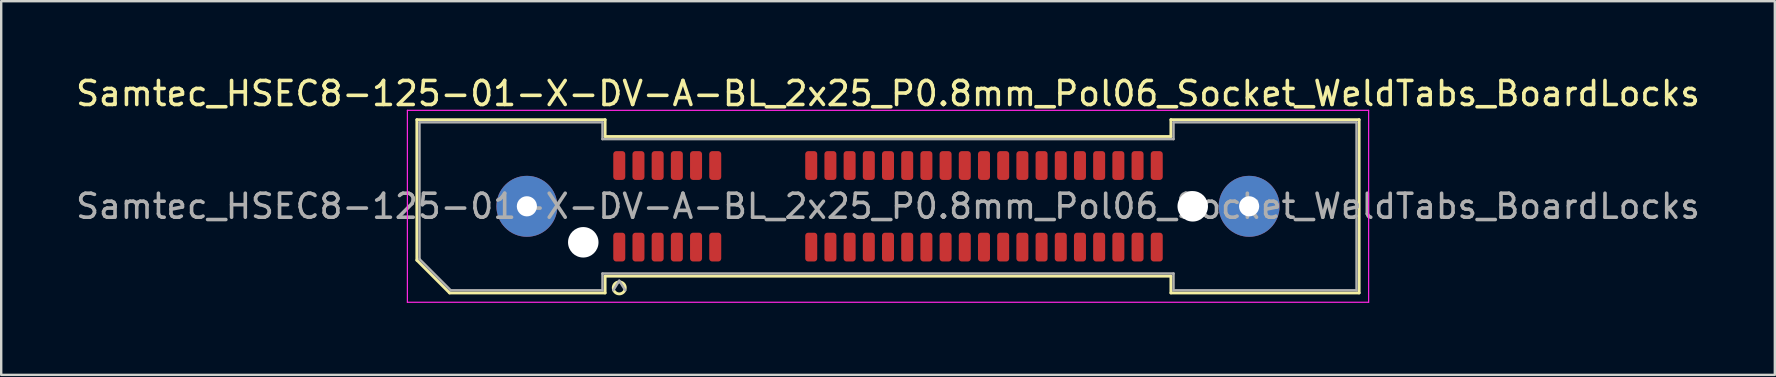
<source format=kicad_pcb>
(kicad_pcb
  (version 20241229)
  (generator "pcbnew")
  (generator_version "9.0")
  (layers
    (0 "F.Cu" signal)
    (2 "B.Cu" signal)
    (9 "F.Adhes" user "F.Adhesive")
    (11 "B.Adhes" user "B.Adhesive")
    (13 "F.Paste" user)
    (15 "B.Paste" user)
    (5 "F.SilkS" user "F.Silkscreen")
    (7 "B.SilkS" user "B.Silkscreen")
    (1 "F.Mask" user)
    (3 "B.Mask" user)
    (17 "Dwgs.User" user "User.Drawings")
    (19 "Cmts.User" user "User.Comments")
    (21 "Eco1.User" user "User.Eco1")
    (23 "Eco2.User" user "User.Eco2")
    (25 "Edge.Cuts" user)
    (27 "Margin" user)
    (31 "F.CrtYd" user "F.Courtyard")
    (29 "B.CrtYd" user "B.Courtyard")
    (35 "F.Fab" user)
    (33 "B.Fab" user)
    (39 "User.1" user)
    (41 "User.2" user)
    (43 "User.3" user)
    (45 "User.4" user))
  (footprint "Samtec_HSEC8-125-01-X-DV-A-BL_2x25_P0.8mm_Pol06_Socket_WeldTabs_BoardLocks"
    (layer "F.Cu")
    (at 33.958 5.548)
    (property "Reference" "Samtec_HSEC8-125-01-X-DV-A-BL_2x25_P0.8mm_Pol06_Socket_WeldTabs_BoardLocks" (at 0 -4.7 0) (layer "F.SilkS") (effects (font (size 1 1) (thickness 0.15))))
    (attr smd)
    (fp_line (start -19.635 -3.61) (end -11.79 -3.61) (stroke (width 0.12) (type solid)) (layer "F.SilkS"))
    (fp_line (start -19.635 2.246) (end -19.635 -3.61) (stroke (width 0.12) (type solid)) (layer "F.SilkS"))
    (fp_line (start -18.271 3.61) (end -19.635 2.246) (stroke (width 0.12) (type solid)) (layer "F.SilkS"))
    (fp_line (start -11.79 -3.61) (end -11.79 -2.91) (stroke (width 0.12) (type solid)) (layer "F.SilkS"))
    (fp_line (start -11.79 -2.91) (end 11.79 -2.91) (stroke (width 0.12) (type solid)) (layer "F.SilkS"))
    (fp_line (start -11.79 2.91) (end -11.79 3.61) (stroke (width 0.12) (type solid)) (layer "F.SilkS"))
    (fp_line (start -11.79 3.61) (end -18.271 3.61) (stroke (width 0.12) (type solid)) (layer "F.SilkS"))
    (fp_line (start 11.79 -3.61) (end 19.635 -3.61) (stroke (width 0.12) (type solid)) (layer "F.SilkS"))
    (fp_line (start 11.79 -2.91) (end 11.79 -3.61) (stroke (width 0.12) (type solid)) (layer "F.SilkS"))
    (fp_line (start 11.79 2.91) (end -11.79 2.91) (stroke (width 0.12) (type solid)) (layer "F.SilkS"))
    (fp_line (start 11.79 3.61) (end 11.79 2.91) (stroke (width 0.12) (type solid)) (layer "F.SilkS"))
    (fp_line (start 19.635 -3.61) (end 19.635 3.61) (stroke (width 0.12) (type solid)) (layer "F.SilkS"))
    (fp_line (start 19.635 3.61) (end 11.79 3.61) (stroke (width 0.12) (type solid)) (layer "F.SilkS"))
    (fp_circle (center -11.2 3.4) (end -10.95 3.4) (stroke (width 0.12) (type solid)) (fill no) (layer "F.SilkS"))
    (fp_line (start -20.03 -4) (end -20.03 4) (stroke (width 0.05) (type solid)) (layer "F.CrtYd"))
    (fp_line (start -20.03 4) (end 20.03 4) (stroke (width 0.05) (type solid)) (layer "F.CrtYd"))
    (fp_line (start 20.03 -4) (end -20.03 -4) (stroke (width 0.05) (type solid)) (layer "F.CrtYd"))
    (fp_line (start 20.03 4) (end 20.03 -4) (stroke (width 0.05) (type solid)) (layer "F.CrtYd"))
    (fp_line (start -19.525 -3.5) (end -11.9 -3.5) (stroke (width 0.1) (type solid)) (layer "F.Fab"))
    (fp_line (start -19.525 2.2) (end -19.525 -3.5) (stroke (width 0.1) (type solid)) (layer "F.Fab"))
    (fp_line (start -18.225 3.5) (end -19.525 2.2) (stroke (width 0.1) (type solid)) (layer "F.Fab"))
    (fp_line (start -11.9 -3.5) (end -11.9 -2.8) (stroke (width 0.1) (type solid)) (layer "F.Fab"))
    (fp_line (start -11.9 -2.8) (end 11.9 -2.8) (stroke (width 0.1) (type solid)) (layer "F.Fab"))
    (fp_line (start -11.9 2.8) (end -11.9 3.5) (stroke (width 0.1) (type solid)) (layer "F.Fab"))
    (fp_line (start -11.9 3.5) (end -18.225 3.5) (stroke (width 0.1) (type solid)) (layer "F.Fab"))
    (fp_line (start -11.2 3.1) (end -11.45 3.5) (stroke (width 0.1) (type solid)) (layer "F.Fab"))
    (fp_line (start -11.2 3.1) (end -10.95 3.5) (stroke (width 0.1) (type solid)) (layer "F.Fab"))
    (fp_line (start 11.9 -3.5) (end 19.525 -3.5) (stroke (width 0.1) (type solid)) (layer "F.Fab"))
    (fp_line (start 11.9 -2.8) (end 11.9 -3.5) (stroke (width 0.1) (type solid)) (layer "F.Fab"))
    (fp_line (start 11.9 2.8) (end -11.9 2.8) (stroke (width 0.1) (type solid)) (layer "F.Fab"))
    (fp_line (start 11.9 3.5) (end 11.9 2.8) (stroke (width 0.1) (type solid)) (layer "F.Fab"))
    (fp_line (start 19.525 -3.5) (end 19.525 3.5) (stroke (width 0.1) (type solid)) (layer "F.Fab"))
    (fp_line (start 19.525 3.5) (end 11.9 3.5) (stroke (width 0.1) (type solid)) (layer "F.Fab"))
    (fp_text user "${REFERENCE}" (at 0 0 0) (layer "F.Fab") (effects (font (size 1 1) (thickness 0.15))))
    (pad "" thru_hole circle (at -15.05 0) (size 2.54 2.54) (drill 0.84) (layers "*.Cu" "*.Mask" "F.Paste"))
    (pad "" np_thru_hole circle (at -12.7 1.5) (size 1.27 1.27) (drill 1.27) (layers "*.Cu" "*.Mask"))
    (pad "" np_thru_hole circle (at 12.7 0) (size 1.27 1.27) (drill 1.27) (layers "*.Cu" "*.Mask"))
    (pad "" thru_hole circle (at 15.05 0) (size 2.54 2.54) (drill 0.84) (layers "*.Cu" "*.Mask" "F.Paste"))
    (pad "1" smd roundrect (at -11.2 1.7) (size 0.5 1.2) (layers "F.Cu" "F.Mask" "F.Paste") (roundrect_rratio 0.25))
    (pad "2" smd roundrect (at -11.2 -1.7) (size 0.5 1.2) (layers "F.Cu" "F.Mask" "F.Paste") (roundrect_rratio 0.25))
    (pad "3" smd roundrect (at -10.4 1.7) (size 0.5 1.2) (layers "F.Cu" "F.Mask" "F.Paste") (roundrect_rratio 0.25))
    (pad "4" smd roundrect (at -10.4 -1.7) (size 0.5 1.2) (layers "F.Cu" "F.Mask" "F.Paste") (roundrect_rratio 0.25))
    (pad "5" smd roundrect (at -9.6 1.7) (size 0.5 1.2) (layers "F.Cu" "F.Mask" "F.Paste") (roundrect_rratio 0.25))
    (pad "6" smd roundrect (at -9.6 -1.7) (size 0.5 1.2) (layers "F.Cu" "F.Mask" "F.Paste") (roundrect_rratio 0.25))
    (pad "7" smd roundrect (at -8.8 1.7) (size 0.5 1.2) (layers "F.Cu" "F.Mask" "F.Paste") (roundrect_rratio 0.25))
    (pad "8" smd roundrect (at -8.8 -1.7) (size 0.5 1.2) (layers "F.Cu" "F.Mask" "F.Paste") (roundrect_rratio 0.25))
    (pad "9" smd roundrect (at -8 1.7) (size 0.5 1.2) (layers "F.Cu" "F.Mask" "F.Paste") (roundrect_rratio 0.25))
    (pad "10" smd roundrect (at -8 -1.7) (size 0.5 1.2) (layers "F.Cu" "F.Mask" "F.Paste") (roundrect_rratio 0.25))
    (pad "11" smd roundrect (at -7.2 1.7) (size 0.5 1.2) (layers "F.Cu" "F.Mask" "F.Paste") (roundrect_rratio 0.25))
    (pad "12" smd roundrect (at -7.2 -1.7) (size 0.5 1.2) (layers "F.Cu" "F.Mask" "F.Paste") (roundrect_rratio 0.25))
    (pad "13" smd roundrect (at -3.2 1.7) (size 0.5 1.2) (layers "F.Cu" "F.Mask" "F.Paste") (roundrect_rratio 0.25))
    (pad "14" smd roundrect (at -3.2 -1.7) (size 0.5 1.2) (layers "F.Cu" "F.Mask" "F.Paste") (roundrect_rratio 0.25))
    (pad "15" smd roundrect (at -2.4 1.7) (size 0.5 1.2) (layers "F.Cu" "F.Mask" "F.Paste") (roundrect_rratio 0.25))
    (pad "16" smd roundrect (at -2.4 -1.7) (size 0.5 1.2) (layers "F.Cu" "F.Mask" "F.Paste") (roundrect_rratio 0.25))
    (pad "17" smd roundrect (at -1.6 1.7) (size 0.5 1.2) (layers "F.Cu" "F.Mask" "F.Paste") (roundrect_rratio 0.25))
    (pad "18" smd roundrect (at -1.6 -1.7) (size 0.5 1.2) (layers "F.Cu" "F.Mask" "F.Paste") (roundrect_rratio 0.25))
    (pad "19" smd roundrect (at -0.8 1.7) (size 0.5 1.2) (layers "F.Cu" "F.Mask" "F.Paste") (roundrect_rratio 0.25))
    (pad "20" smd roundrect (at -0.8 -1.7) (size 0.5 1.2) (layers "F.Cu" "F.Mask" "F.Paste") (roundrect_rratio 0.25))
    (pad "21" smd roundrect (at 0 1.7) (size 0.5 1.2) (layers "F.Cu" "F.Mask" "F.Paste") (roundrect_rratio 0.25))
    (pad "22" smd roundrect (at 0 -1.7) (size 0.5 1.2) (layers "F.Cu" "F.Mask" "F.Paste") (roundrect_rratio 0.25))
    (pad "23" smd roundrect (at 0.8 1.7) (size 0.5 1.2) (layers "F.Cu" "F.Mask" "F.Paste") (roundrect_rratio 0.25))
    (pad "24" smd roundrect (at 0.8 -1.7) (size 0.5 1.2) (layers "F.Cu" "F.Mask" "F.Paste") (roundrect_rratio 0.25))
    (pad "25" smd roundrect (at 1.6 1.7) (size 0.5 1.2) (layers "F.Cu" "F.Mask" "F.Paste") (roundrect_rratio 0.25))
    (pad "26" smd roundrect (at 1.6 -1.7) (size 0.5 1.2) (layers "F.Cu" "F.Mask" "F.Paste") (roundrect_rratio 0.25))
    (pad "27" smd roundrect (at 2.4 1.7) (size 0.5 1.2) (layers "F.Cu" "F.Mask" "F.Paste") (roundrect_rratio 0.25))
    (pad "28" smd roundrect (at 2.4 -1.7) (size 0.5 1.2) (layers "F.Cu" "F.Mask" "F.Paste") (roundrect_rratio 0.25))
    (pad "29" smd roundrect (at 3.2 1.7) (size 0.5 1.2) (layers "F.Cu" "F.Mask" "F.Paste") (roundrect_rratio 0.25))
    (pad "30" smd roundrect (at 3.2 -1.7) (size 0.5 1.2) (layers "F.Cu" "F.Mask" "F.Paste") (roundrect_rratio 0.25))
    (pad "31" smd roundrect (at 4 1.7) (size 0.5 1.2) (layers "F.Cu" "F.Mask" "F.Paste") (roundrect_rratio 0.25))
    (pad "32" smd roundrect (at 4 -1.7) (size 0.5 1.2) (layers "F.Cu" "F.Mask" "F.Paste") (roundrect_rratio 0.25))
    (pad "33" smd roundrect (at 4.8 1.7) (size 0.5 1.2) (layers "F.Cu" "F.Mask" "F.Paste") (roundrect_rratio 0.25))
    (pad "34" smd roundrect (at 4.8 -1.7) (size 0.5 1.2) (layers "F.Cu" "F.Mask" "F.Paste") (roundrect_rratio 0.25))
    (pad "35" smd roundrect (at 5.6 1.7) (size 0.5 1.2) (layers "F.Cu" "F.Mask" "F.Paste") (roundrect_rratio 0.25))
    (pad "36" smd roundrect (at 5.6 -1.7) (size 0.5 1.2) (layers "F.Cu" "F.Mask" "F.Paste") (roundrect_rratio 0.25))
    (pad "37" smd roundrect (at 6.4 1.7) (size 0.5 1.2) (layers "F.Cu" "F.Mask" "F.Paste") (roundrect_rratio 0.25))
    (pad "38" smd roundrect (at 6.4 -1.7) (size 0.5 1.2) (layers "F.Cu" "F.Mask" "F.Paste") (roundrect_rratio 0.25))
    (pad "39" smd roundrect (at 7.2 1.7) (size 0.5 1.2) (layers "F.Cu" "F.Mask" "F.Paste") (roundrect_rratio 0.25))
    (pad "40" smd roundrect (at 7.2 -1.7) (size 0.5 1.2) (layers "F.Cu" "F.Mask" "F.Paste") (roundrect_rratio 0.25))
    (pad "41" smd roundrect (at 8 1.7) (size 0.5 1.2) (layers "F.Cu" "F.Mask" "F.Paste") (roundrect_rratio 0.25))
    (pad "42" smd roundrect (at 8 -1.7) (size 0.5 1.2) (layers "F.Cu" "F.Mask" "F.Paste") (roundrect_rratio 0.25))
    (pad "43" smd roundrect (at 8.8 1.7) (size 0.5 1.2) (layers "F.Cu" "F.Mask" "F.Paste") (roundrect_rratio 0.25))
    (pad "44" smd roundrect (at 8.8 -1.7) (size 0.5 1.2) (layers "F.Cu" "F.Mask" "F.Paste") (roundrect_rratio 0.25))
    (pad "45" smd roundrect (at 9.6 1.7) (size 0.5 1.2) (layers "F.Cu" "F.Mask" "F.Paste") (roundrect_rratio 0.25))
    (pad "46" smd roundrect (at 9.6 -1.7) (size 0.5 1.2) (layers "F.Cu" "F.Mask" "F.Paste") (roundrect_rratio 0.25))
    (pad "47" smd roundrect (at 10.4 1.7) (size 0.5 1.2) (layers "F.Cu" "F.Mask" "F.Paste") (roundrect_rratio 0.25))
    (pad "48" smd roundrect (at 10.4 -1.7) (size 0.5 1.2) (layers "F.Cu" "F.Mask" "F.Paste") (roundrect_rratio 0.25))
    (pad "49" smd roundrect (at 11.2 1.7) (size 0.5 1.2) (layers "F.Cu" "F.Mask" "F.Paste") (roundrect_rratio 0.25))
    (pad "50" smd roundrect (at 11.2 -1.7) (size 0.5 1.2) (layers "F.Cu" "F.Mask" "F.Paste") (roundrect_rratio 0.25)))
  (gr_rect
    (start -3 -3)
    (end 70.917 12.573)
    (stroke (width 0.1) (type default))
    (fill no)
    (layer "Edge.Cuts")))
</source>
